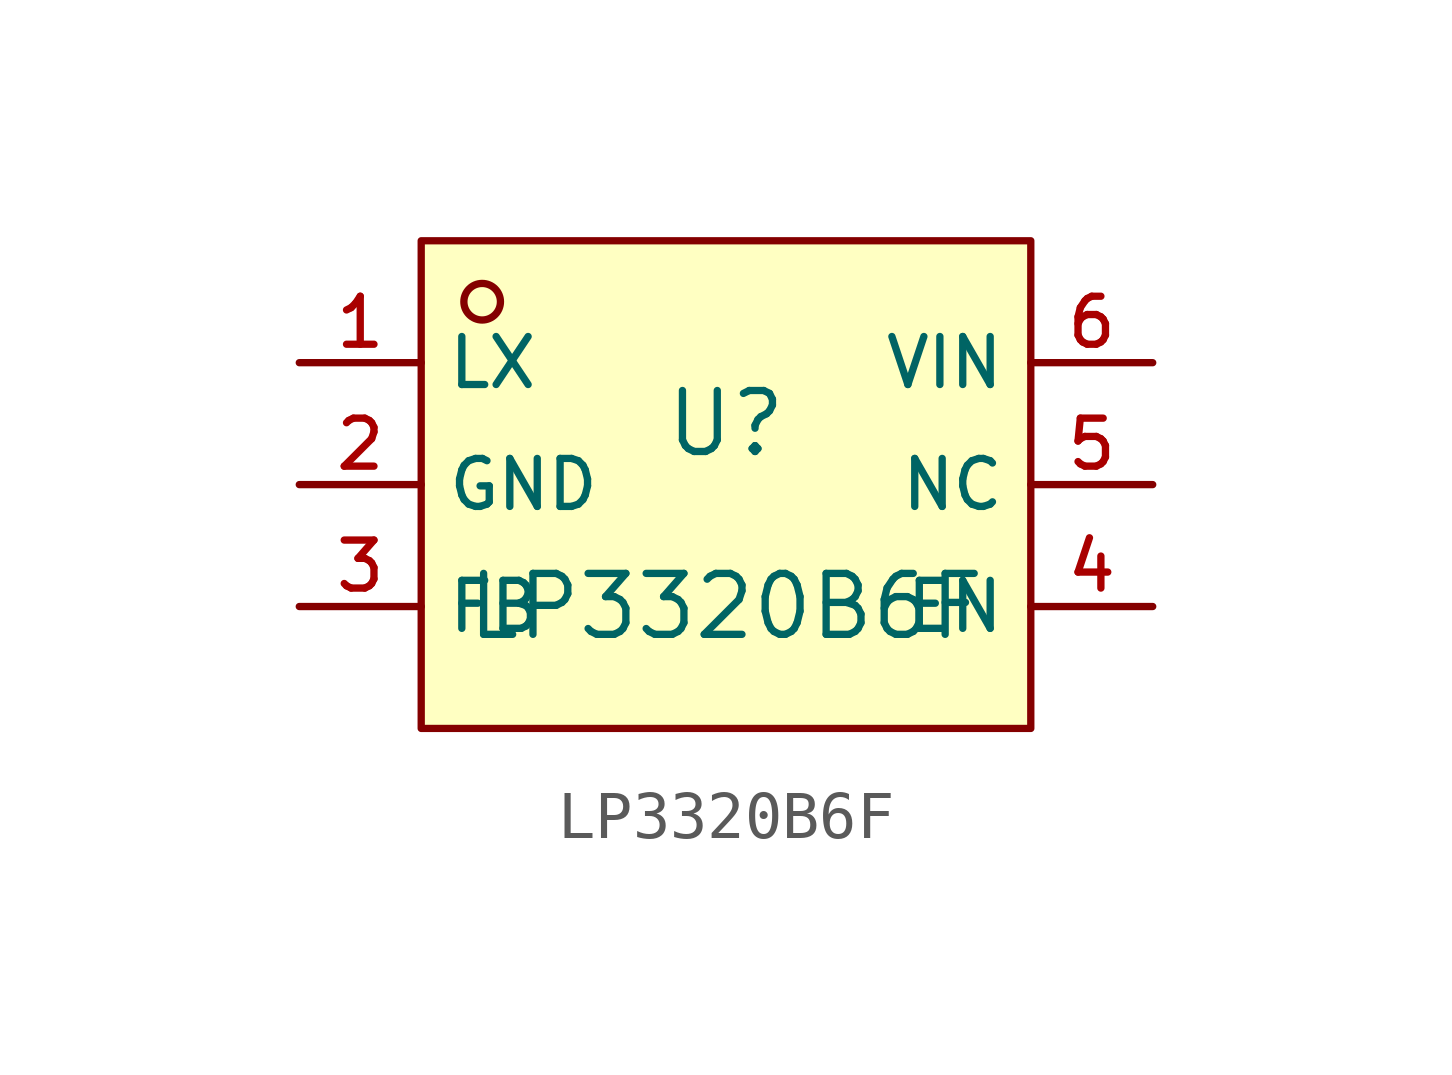
<source format=kicad_sym>
(kicad_symbol_lib
  (version 20210201)
  (generator TousstNicolas/JLC2KiCad_lib)
  (symbol "LP3320B6F"
    (property "Reference" "U"
      (at 0 1.27 0)
      (effects (font (size 1.27 1.27))))
    (property "Value" "LP3320B6F"
      (at 0 -2.54 0)
      (effects (font (size 1.27 1.27))))
    (symbol "LP3320B6F_0_1"
      (rectangle (start -6.35 5.08) (end 6.35 -5.08) (stroke (width 0) (type default) (color 0 0 0 0)) (fill (type background)))
      (circle (center -5.08 3.81) (radius 0.381) (stroke (width 0) (type default) (color 0 0 0 0)) (fill (type background)))
      (pin unspecified line (at -8.89 2.54 0) (length 2.54) (name "LX" (effects (font (size 1 1)))) (number "1" (effects (font (size 1 1)))))
      (pin unspecified line (at -8.89 -0.0 0) (length 2.54) (name "GND" (effects (font (size 1 1)))) (number "2" (effects (font (size 1 1)))))
      (pin unspecified line (at -8.89 -2.54 0) (length 2.54) (name "FB" (effects (font (size 1 1)))) (number "3" (effects (font (size 1 1)))))
      (pin unspecified line (at 8.89 -2.54 180) (length 2.54) (name "EN" (effects (font (size 1 1)))) (number "4" (effects (font (size 1 1)))))
      (pin unspecified line (at 8.89 -0.0 180) (length 2.54) (name "NC" (effects (font (size 1 1)))) (number "5" (effects (font (size 1 1)))))
      (pin unspecified line (at 8.89 2.54 180) (length 2.54) (name "VIN" (effects (font (size 1 1)))) (number "6" (effects (font (size 1 1))))))))
</source>
